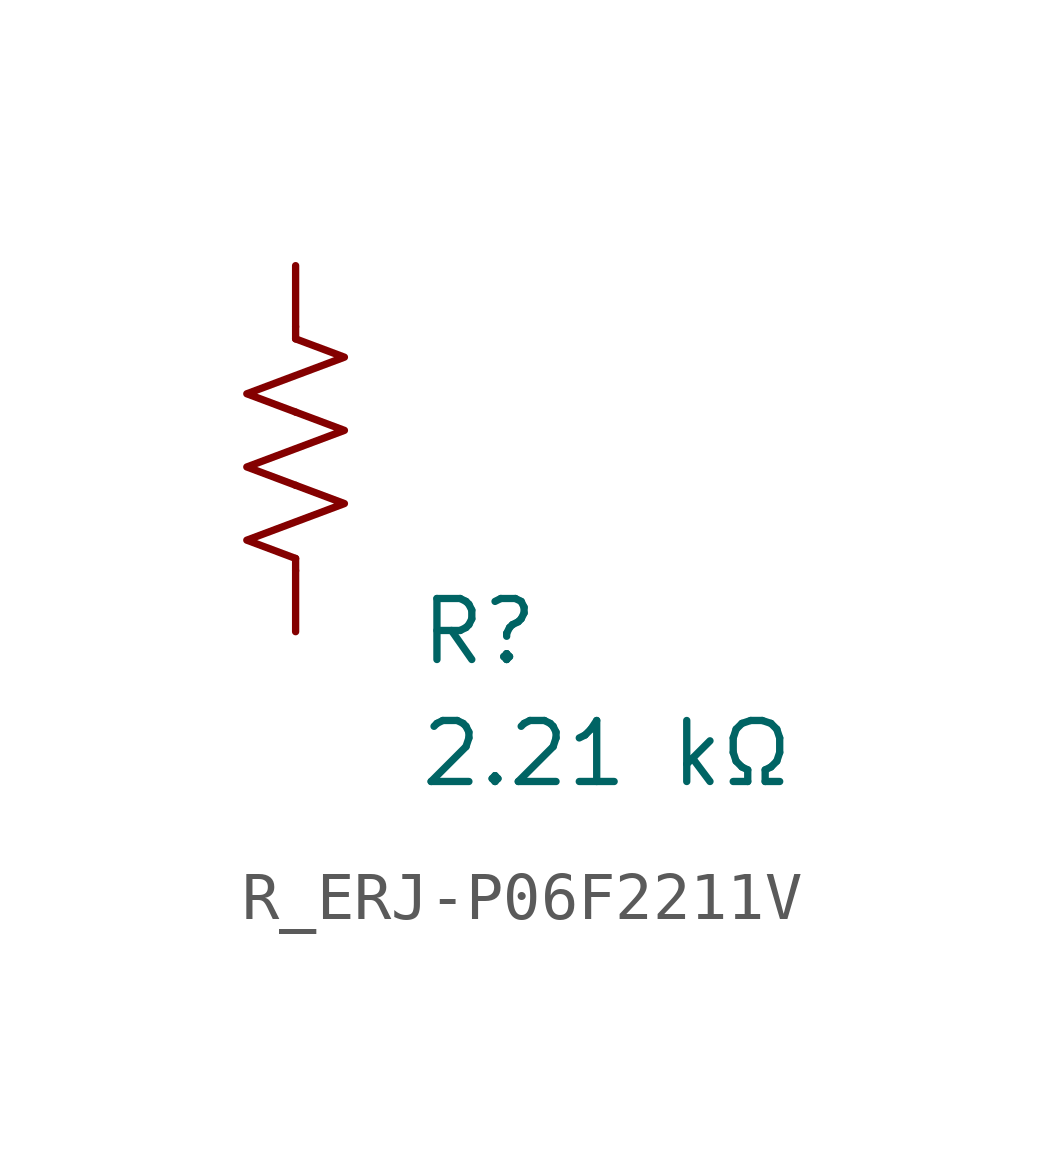
<source format=kicad_sym>
(kicad_symbol_lib
  (version 20231120)
  (generator "kicad_symbol_editor")
  (generator_version "8.0")
  (symbol "R_ERJ-P06F2211V"
    (pin_numbers hide)
    (pin_names
      (offset 0))
    (property "Reference" "R"
      (at 2.54 -3.81 0)
      (effects (font (size 1.27 1.27)) (justify left))
      (show_name no))
    (property "Value" "2.21 kΩ"
      (at 2.54 -6.35 0)
      (effects (font (size 1.27 1.27)) (justify left))
      (show_name no))
    (symbol "R_ERJ-P06F2211V_0_1"
      (polyline (pts (xy 0 -2.286) (xy 0 -2.54)) (stroke (width 0) (type default)) (fill (type none)))
      (polyline (pts (xy 0 2.286) (xy 0 2.54)) (stroke (width 0) (type default)) (fill (type none)))
      (polyline (pts (xy 0 -0.762) (xy 1.016 -1.143) (xy 0 -1.524) (xy -1.016 -1.905) (xy 0 -2.286)) (stroke (width 0) (type default)) (fill (type none)))
      (polyline (pts (xy 0 0.762) (xy 1.016 0.381) (xy 0 0) (xy -1.016 -0.381) (xy 0 -0.762)) (stroke (width 0) (type default)) (fill (type none)))
      (polyline (pts (xy 0 2.286) (xy 1.016 1.905) (xy 0 1.524) (xy -1.016 1.143) (xy 0 0.762)) (stroke (width 0) (type default)) (fill (type none))))
    (symbol "R_ERJ-P06F2211V_1_1"
      (pin passive line (at 0 3.81 270) (length 1.27) (name "~" (effects (font (size 1.27 1.27)))) (number "1" (effects (font (size 1.27 1.27)))))
      (pin passive line (at 0 -3.81 90) (length 1.27) (name "~" (effects (font (size 1.27 1.27)))) (number "2" (effects (font (size 1.27 1.27))))))))
</source>
